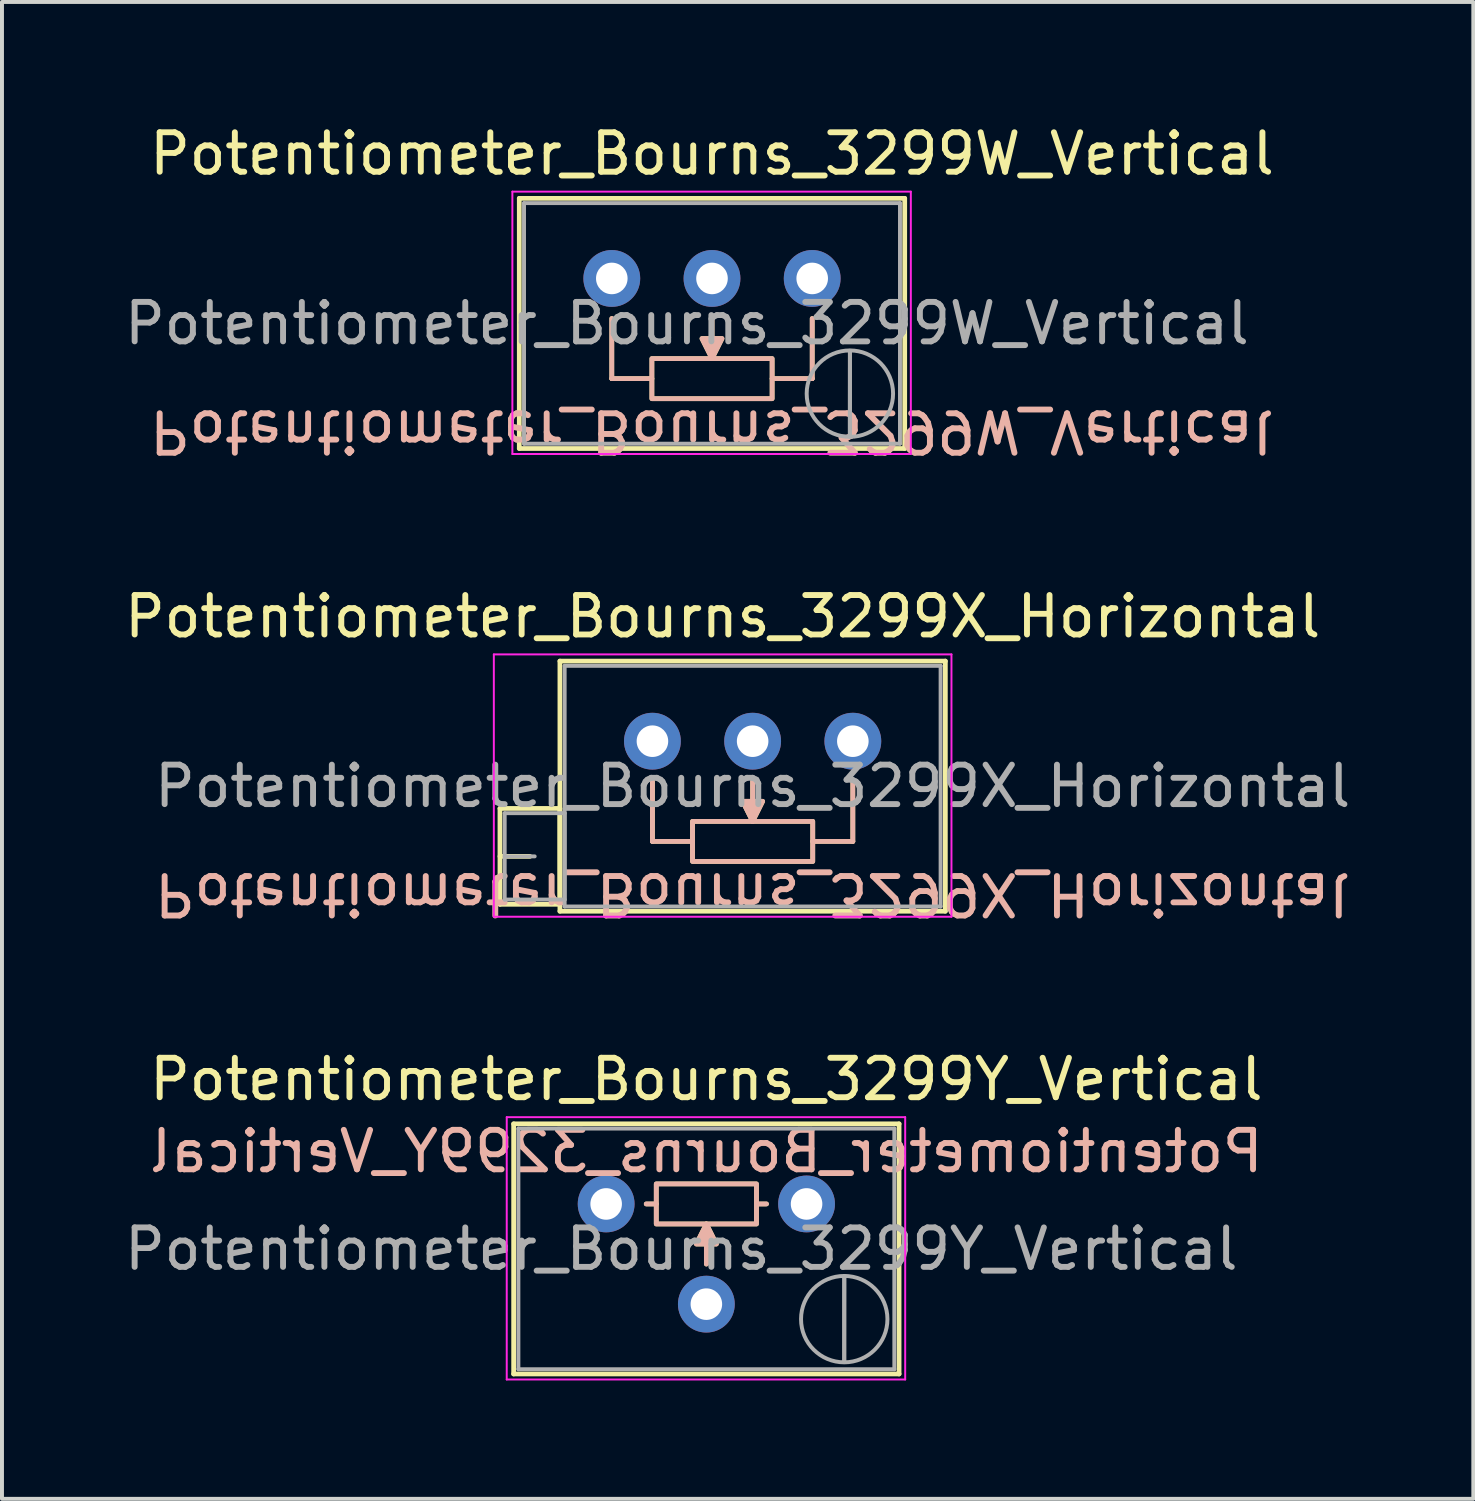
<source format=kicad_pcb>
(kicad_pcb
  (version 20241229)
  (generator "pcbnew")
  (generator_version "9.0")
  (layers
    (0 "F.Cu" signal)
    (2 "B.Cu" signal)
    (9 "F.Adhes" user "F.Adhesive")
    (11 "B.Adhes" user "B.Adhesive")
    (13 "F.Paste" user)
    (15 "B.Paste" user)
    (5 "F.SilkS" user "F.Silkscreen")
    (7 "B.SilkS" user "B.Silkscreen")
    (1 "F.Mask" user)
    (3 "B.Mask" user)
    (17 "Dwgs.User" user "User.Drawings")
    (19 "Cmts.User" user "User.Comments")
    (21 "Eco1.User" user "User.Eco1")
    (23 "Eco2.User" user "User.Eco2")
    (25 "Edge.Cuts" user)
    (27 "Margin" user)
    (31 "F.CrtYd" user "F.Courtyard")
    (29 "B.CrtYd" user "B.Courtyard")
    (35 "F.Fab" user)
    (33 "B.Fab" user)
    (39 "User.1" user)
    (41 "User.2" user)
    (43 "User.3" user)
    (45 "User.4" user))
  (footprint "Potentiometer_Bourns_3299W_Vertical"
    (layer "F.Cu")
    (at 17.538 4.008)
    (property "Reference" "Potentiometer_Bourns_3299W_Vertical" (at -2.54 -3.16 0) (layer "F.SilkS") (effects (font (size 1 1) (thickness 0.15))))
    (attr through_hole)
    (fp_line (start -7.425 -2.03) (end -7.425 4.31) (stroke (width 0.12) (type solid)) (layer "F.SilkS"))
    (fp_line (start -7.425 -2.03) (end 2.345 -2.03) (stroke (width 0.12) (type solid)) (layer "F.SilkS"))
    (fp_line (start -7.425 4.31) (end 2.345 4.31) (stroke (width 0.12) (type solid)) (layer "F.SilkS"))
    (fp_line (start -5.08 2.54) (end -5.08 1.016) (stroke (width 0.12) (type solid)) (layer "F.SilkS"))
    (fp_line (start -4.064 2.54) (end -5.08 2.54) (stroke (width 0.12) (type solid)) (layer "F.SilkS"))
    (fp_line (start -2.54 2.032) (end -2.54 1.016) (stroke (width 0.12) (type solid)) (layer "F.SilkS"))
    (fp_line (start -1.016 2.54) (end 0 2.54) (stroke (width 0.12) (type solid)) (layer "F.SilkS"))
    (fp_line (start 0 2.54) (end 0 1.016) (stroke (width 0.12) (type solid)) (layer "F.SilkS"))
    (fp_line (start 2.345 -2.03) (end 2.345 4.31) (stroke (width 0.12) (type solid)) (layer "F.SilkS"))
    (fp_rect (start -4.064 2.032) (end -1.016 3.048) (stroke (width 0.12) (type solid)) (fill no) (layer "F.SilkS"))
    (fp_poly (pts (xy -2.54 2.032) (xy -2.794 1.524) (xy -2.286 1.524)) (stroke (width 0.12) (type solid)) (fill yes) (layer "F.SilkS"))
    (fp_line (start -5.08 2.54) (end -5.08 1.016) (stroke (width 0.12) (type solid)) (layer "B.SilkS"))
    (fp_line (start -4.064 2.54) (end -5.08 2.54) (stroke (width 0.12) (type solid)) (layer "B.SilkS"))
    (fp_line (start -2.54 1.016) (end -2.54 2.032) (stroke (width 0.12) (type solid)) (layer "B.SilkS"))
    (fp_line (start -1.016 2.54) (end 0 2.54) (stroke (width 0.12) (type solid)) (layer "B.SilkS"))
    (fp_line (start 0 2.54) (end 0 1.016) (stroke (width 0.12) (type solid)) (layer "B.SilkS"))
    (fp_rect (start -4.064 2.032) (end -1.016 3.048) (stroke (width 0.12) (type solid)) (fill no) (layer "B.SilkS"))
    (fp_poly (pts (xy -2.794 1.524) (xy -2.286 1.524) (xy -2.54 2.032)) (stroke (width 0.12) (type solid)) (fill yes) (layer "B.SilkS"))
    (fp_line (start -7.6 -2.2) (end -7.6 4.45) (stroke (width 0.05) (type solid)) (layer "F.CrtYd"))
    (fp_line (start -7.6 4.45) (end 2.5 4.45) (stroke (width 0.05) (type solid)) (layer "F.CrtYd"))
    (fp_line (start 2.5 -2.2) (end -7.6 -2.2) (stroke (width 0.05) (type solid)) (layer "F.CrtYd"))
    (fp_line (start 2.5 4.45) (end 2.5 -2.2) (stroke (width 0.05) (type solid)) (layer "F.CrtYd"))
    (fp_line (start -7.305 -1.91) (end -7.305 4.19) (stroke (width 0.1) (type solid)) (layer "F.Fab"))
    (fp_line (start -7.305 4.19) (end 2.225 4.19) (stroke (width 0.1) (type solid)) (layer "F.Fab"))
    (fp_line (start 0.955 4.005) (end 0.956 1.836) (stroke (width 0.1) (type solid)) (layer "F.Fab"))
    (fp_line (start 0.955 4.005) (end 0.956 1.836) (stroke (width 0.1) (type solid)) (layer "F.Fab"))
    (fp_line (start 2.225 -1.91) (end -7.305 -1.91) (stroke (width 0.1) (type solid)) (layer "F.Fab"))
    (fp_line (start 2.225 4.19) (end 2.225 -1.91) (stroke (width 0.1) (type solid)) (layer "F.Fab"))
    (fp_circle (center 0.955 2.92) (end 2.05 2.92) (stroke (width 0.1) (type solid)) (fill no) (layer "F.Fab"))
    (fp_text user "${REFERENCE}" (at -2.54 3.873 180) (unlocked yes) (layer "B.SilkS") (effects (font (size 1 1) (thickness 0.15)) (justify mirror)))
    (fp_text user "${REFERENCE}" (at -3.175 1.14 0) (layer "F.Fab") (effects (font (size 1 1) (thickness 0.15))))
    (pad "1" thru_hole circle (at 0 0) (size 1.44 1.44) (drill 0.8) (layers "*.Cu" "*.Mask"))
    (pad "2" thru_hole circle (at -2.54 0) (size 1.44 1.44) (drill 0.8) (layers "*.Cu" "*.Mask"))
    (pad "3" thru_hole circle (at -5.08 0) (size 1.44 1.44) (drill 0.8) (layers "*.Cu" "*.Mask")))
  (footprint "Potentiometer_Bourns_3299X_Horizontal"
    (layer "F.Cu")
    (at 18.568 15.738)
    (property "Reference" "Potentiometer_Bourns_3299X_Horizontal" (at -3.3 -3.16 0) (layer "F.SilkS") (effects (font (size 1 1) (thickness 0.15))))
    (attr through_hole)
    (fp_line (start -8.945 1.705) (end -8.945 4.135) (stroke (width 0.12) (type solid)) (layer "F.SilkS"))
    (fp_line (start -8.945 1.705) (end -7.426 1.705) (stroke (width 0.12) (type solid)) (layer "F.SilkS"))
    (fp_line (start -8.945 2.92) (end -8.186 2.92) (stroke (width 0.12) (type solid)) (layer "F.SilkS"))
    (fp_line (start -8.945 4.135) (end -7.426 4.135) (stroke (width 0.12) (type solid)) (layer "F.SilkS"))
    (fp_line (start -7.426 1.705) (end -7.426 4.135) (stroke (width 0.12) (type solid)) (layer "F.SilkS"))
    (fp_line (start -7.425 -2.03) (end -7.425 4.31) (stroke (width 0.12) (type solid)) (layer "F.SilkS"))
    (fp_line (start -7.425 -2.03) (end 2.345 -2.03) (stroke (width 0.12) (type solid)) (layer "F.SilkS"))
    (fp_line (start -7.425 4.31) (end 2.345 4.31) (stroke (width 0.12) (type solid)) (layer "F.SilkS"))
    (fp_line (start -5.08 2.54) (end -5.08 1.016) (stroke (width 0.12) (type solid)) (layer "F.SilkS"))
    (fp_line (start -4.064 2.54) (end -5.08 2.54) (stroke (width 0.12) (type solid)) (layer "F.SilkS"))
    (fp_line (start -2.54 2.032) (end -2.54 1.016) (stroke (width 0.12) (type solid)) (layer "F.SilkS"))
    (fp_line (start -1.016 2.54) (end 0 2.54) (stroke (width 0.12) (type solid)) (layer "F.SilkS"))
    (fp_line (start 0 2.54) (end 0 1.016) (stroke (width 0.12) (type solid)) (layer "F.SilkS"))
    (fp_line (start 2.345 -2.03) (end 2.345 4.31) (stroke (width 0.12) (type solid)) (layer "F.SilkS"))
    (fp_rect (start -4.064 2.032) (end -1.016 3.048) (stroke (width 0.12) (type solid)) (fill no) (layer "F.SilkS"))
    (fp_poly (pts (xy -2.54 2.032) (xy -2.794 1.524) (xy -2.286 1.524)) (stroke (width 0.12) (type solid)) (fill yes) (layer "F.SilkS"))
    (fp_line (start -5.08 2.54) (end -5.08 1.016) (stroke (width 0.12) (type solid)) (layer "B.SilkS"))
    (fp_line (start -4.064 2.54) (end -5.08 2.54) (stroke (width 0.12) (type solid)) (layer "B.SilkS"))
    (fp_line (start -2.54 1.016) (end -2.54 2.032) (stroke (width 0.12) (type solid)) (layer "B.SilkS"))
    (fp_line (start -1.016 2.54) (end 0 2.54) (stroke (width 0.12) (type solid)) (layer "B.SilkS"))
    (fp_line (start 0 2.54) (end 0 1.016) (stroke (width 0.12) (type solid)) (layer "B.SilkS"))
    (fp_rect (start -4.064 2.032) (end -1.016 3.048) (stroke (width 0.12) (type solid)) (fill no) (layer "B.SilkS"))
    (fp_poly (pts (xy -2.794 1.524) (xy -2.286 1.524) (xy -2.54 2.032)) (stroke (width 0.12) (type solid)) (fill yes) (layer "B.SilkS"))
    (fp_line (start -9.1 -2.2) (end -9.1 4.45) (stroke (width 0.05) (type solid)) (layer "F.CrtYd"))
    (fp_line (start -9.1 4.45) (end 2.5 4.45) (stroke (width 0.05) (type solid)) (layer "F.CrtYd"))
    (fp_line (start 2.5 -2.2) (end -9.1 -2.2) (stroke (width 0.05) (type solid)) (layer "F.CrtYd"))
    (fp_line (start 2.5 4.45) (end 2.5 -2.2) (stroke (width 0.05) (type solid)) (layer "F.CrtYd"))
    (fp_line (start -8.825 1.825) (end -8.825 4.015) (stroke (width 0.1) (type solid)) (layer "F.Fab"))
    (fp_line (start -8.825 2.92) (end -8.065 2.92) (stroke (width 0.1) (type solid)) (layer "F.Fab"))
    (fp_line (start -8.825 4.015) (end -7.305 4.015) (stroke (width 0.1) (type solid)) (layer "F.Fab"))
    (fp_line (start -7.305 -1.91) (end -7.305 4.19) (stroke (width 0.1) (type solid)) (layer "F.Fab"))
    (fp_line (start -7.305 1.825) (end -8.825 1.825) (stroke (width 0.1) (type solid)) (layer "F.Fab"))
    (fp_line (start -7.305 4.015) (end -7.305 1.825) (stroke (width 0.1) (type solid)) (layer "F.Fab"))
    (fp_line (start -7.305 4.19) (end 2.225 4.19) (stroke (width 0.1) (type solid)) (layer "F.Fab"))
    (fp_line (start 2.225 -1.91) (end -7.305 -1.91) (stroke (width 0.1) (type solid)) (layer "F.Fab"))
    (fp_line (start 2.225 4.19) (end 2.225 -1.91) (stroke (width 0.1) (type solid)) (layer "F.Fab"))
    (fp_text user "${REFERENCE}" (at -2.54 3.873 180) (unlocked yes) (layer "B.SilkS") (effects (font (size 1 1) (thickness 0.15)) (justify mirror)))
    (fp_text user "${REFERENCE}" (at -2.54 1.14 0) (layer "F.Fab") (effects (font (size 1 1) (thickness 0.15))))
    (pad "1" thru_hole circle (at 0 0) (size 1.44 1.44) (drill 0.8) (layers "*.Cu" "*.Mask"))
    (pad "2" thru_hole circle (at -2.54 0) (size 1.44 1.44) (drill 0.8) (layers "*.Cu" "*.Mask"))
    (pad "3" thru_hole circle (at -5.08 0) (size 1.44 1.44) (drill 0.8) (layers "*.Cu" "*.Mask")))
  (footprint "Potentiometer_Bourns_3299Y_Vertical"
    (layer "F.Cu")
    (at 17.395 27.468)
    (property "Reference" "Potentiometer_Bourns_3299Y_Vertical" (at -2.54 -3.16 0) (layer "F.SilkS") (effects (font (size 1 1) (thickness 0.15))))
    (attr through_hole)
    (fp_line (start -7.425 -2.03) (end -7.425 4.31) (stroke (width 0.12) (type solid)) (layer "F.SilkS"))
    (fp_line (start -7.425 -2.03) (end 2.345 -2.03) (stroke (width 0.12) (type solid)) (layer "F.SilkS"))
    (fp_line (start -7.425 4.31) (end 2.345 4.31) (stroke (width 0.12) (type solid)) (layer "F.SilkS"))
    (fp_line (start -3.81 0) (end -4.064 0) (stroke (width 0.12) (type solid)) (layer "F.SilkS"))
    (fp_line (start -2.54 1.524) (end -2.54 0.508) (stroke (width 0.12) (type solid)) (layer "F.SilkS"))
    (fp_line (start -1.27 0) (end -1.016 0) (stroke (width 0.12) (type solid)) (layer "F.SilkS"))
    (fp_line (start 2.345 -2.03) (end 2.345 4.31) (stroke (width 0.12) (type solid)) (layer "F.SilkS"))
    (fp_rect (start -3.81 0.508) (end -1.27 -0.508) (stroke (width 0.12) (type solid)) (fill no) (layer "F.SilkS"))
    (fp_poly (pts (xy -2.54 0.508) (xy -2.286 1.016) (xy -2.794 1.016)) (stroke (width 0.12) (type solid)) (fill yes) (layer "F.SilkS"))
    (fp_line (start -4.064 0) (end -3.81 0) (stroke (width 0.12) (type solid)) (layer "B.SilkS"))
    (fp_line (start -2.54 1.524) (end -2.54 0.508) (stroke (width 0.12) (type solid)) (layer "B.SilkS"))
    (fp_line (start -1.27 0) (end -1.016 0) (stroke (width 0.12) (type solid)) (layer "B.SilkS"))
    (fp_rect (start -3.81 -0.508) (end -1.27 0.508) (stroke (width 0.12) (type solid)) (fill no) (layer "B.SilkS"))
    (fp_poly (pts (xy -2.286 1.016) (xy -2.794 1.016) (xy -2.54 0.508)) (stroke (width 0.12) (type solid)) (fill yes) (layer "B.SilkS"))
    (fp_line (start -7.6 -2.2) (end -7.6 4.45) (stroke (width 0.05) (type solid)) (layer "F.CrtYd"))
    (fp_line (start -7.6 4.45) (end 2.5 4.45) (stroke (width 0.05) (type solid)) (layer "F.CrtYd"))
    (fp_line (start 2.5 -2.2) (end -7.6 -2.2) (stroke (width 0.05) (type solid)) (layer "F.CrtYd"))
    (fp_line (start 2.5 4.45) (end 2.5 -2.2) (stroke (width 0.05) (type solid)) (layer "F.CrtYd"))
    (fp_line (start -7.305 -1.91) (end -7.305 4.19) (stroke (width 0.1) (type solid)) (layer "F.Fab"))
    (fp_line (start -7.305 4.19) (end 2.225 4.19) (stroke (width 0.1) (type solid)) (layer "F.Fab"))
    (fp_line (start 0.955 4.005) (end 0.956 1.836) (stroke (width 0.1) (type solid)) (layer "F.Fab"))
    (fp_line (start 0.955 4.005) (end 0.956 1.836) (stroke (width 0.1) (type solid)) (layer "F.Fab"))
    (fp_line (start 2.225 -1.91) (end -7.305 -1.91) (stroke (width 0.1) (type solid)) (layer "F.Fab"))
    (fp_line (start 2.225 4.19) (end 2.225 -1.91) (stroke (width 0.1) (type solid)) (layer "F.Fab"))
    (fp_circle (center 0.955 2.92) (end 2.05 2.92) (stroke (width 0.1) (type solid)) (fill no) (layer "F.Fab"))
    (fp_text user "${REFERENCE}" (at -2.54 -1.333 0) (unlocked yes) (layer "B.SilkS") (effects (font (size 1 1) (thickness 0.15)) (justify mirror)))
    (fp_text user "${REFERENCE}" (at -3.175 1.14 0) (layer "F.Fab") (effects (font (size 1 1) (thickness 0.15))))
    (pad "1" thru_hole circle (at 0 0) (size 1.44 1.44) (drill 0.8) (layers "*.Cu" "*.Mask"))
    (pad "2" thru_hole circle (at -2.54 2.54) (size 1.44 1.44) (drill 0.8) (layers "*.Cu" "*.Mask"))
    (pad "3" thru_hole circle (at -5.08 0) (size 1.44 1.44) (drill 0.8) (layers "*.Cu" "*.Mask")))
  (gr_rect
    (start -3 -3)
    (end 34.296 34.943)
    (stroke (width 0.1) (type default))
    (fill no)
    (layer "Edge.Cuts")))
</source>
